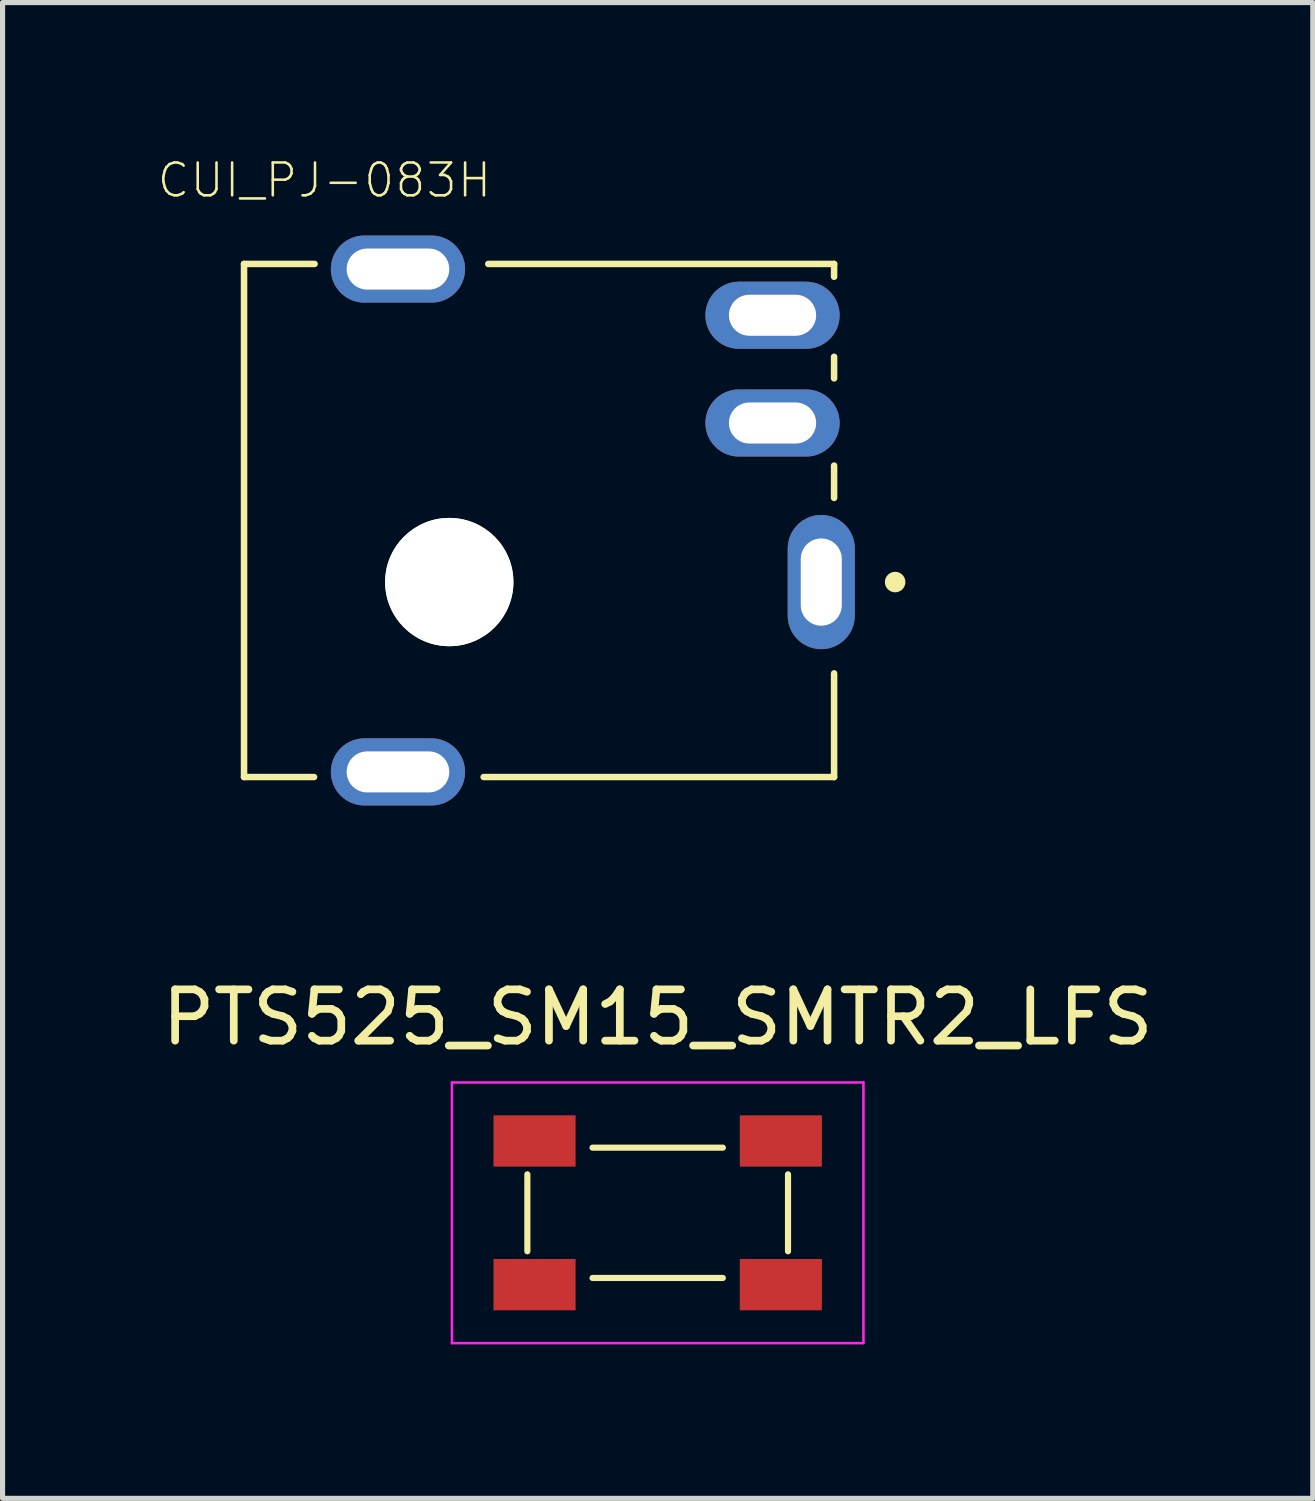
<source format=kicad_pcb>
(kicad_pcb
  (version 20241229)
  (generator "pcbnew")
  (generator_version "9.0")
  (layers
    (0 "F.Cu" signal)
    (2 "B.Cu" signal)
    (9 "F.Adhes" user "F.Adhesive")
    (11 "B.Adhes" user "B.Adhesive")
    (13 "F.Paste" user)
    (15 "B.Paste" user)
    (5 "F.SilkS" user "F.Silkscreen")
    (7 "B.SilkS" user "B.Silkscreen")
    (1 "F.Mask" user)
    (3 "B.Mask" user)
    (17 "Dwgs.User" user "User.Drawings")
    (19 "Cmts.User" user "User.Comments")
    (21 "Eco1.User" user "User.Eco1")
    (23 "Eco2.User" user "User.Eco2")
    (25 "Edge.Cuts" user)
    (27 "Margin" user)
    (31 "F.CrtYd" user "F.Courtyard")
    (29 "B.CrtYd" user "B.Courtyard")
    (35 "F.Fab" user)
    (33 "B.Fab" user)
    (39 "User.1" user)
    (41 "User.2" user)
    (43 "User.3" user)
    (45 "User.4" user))
  (footprint "CUI_PJ-083H"
    (layer "F.Cu")
    (at 1.706 8.294)
    (property "Reference" "CUI_PJ-083H" (at 1.566 -7.831 0) (layer "F.SilkS") (effects (font (size 0.64 0.64) (thickness 0.05))))
    (attr through_hole)
    (fp_line (start 0 -6.2) (end 1.375 -6.2) (stroke (width 0.127) (type solid)) (layer "F.SilkS"))
    (fp_line (start 0 3.8) (end 0 -6.2) (stroke (width 0.127) (type solid)) (layer "F.SilkS"))
    (fp_line (start 1.365 3.8) (end 0 3.8) (stroke (width 0.127) (type solid)) (layer "F.SilkS"))
    (fp_line (start 4.76 -6.2) (end 11.5 -6.2) (stroke (width 0.127) (type solid)) (layer "F.SilkS"))
    (fp_line (start 11.5 -6.2) (end 11.5 -5.95) (stroke (width 0.127) (type solid)) (layer "F.SilkS"))
    (fp_line (start 11.5 -4.39) (end 11.5 -3.97) (stroke (width 0.127) (type solid)) (layer "F.SilkS"))
    (fp_line (start 11.5 -2.27) (end 11.5 -1.64) (stroke (width 0.127) (type solid)) (layer "F.SilkS"))
    (fp_line (start 11.5 1.78) (end 11.5 3.8) (stroke (width 0.127) (type solid)) (layer "F.SilkS"))
    (fp_line (start 11.5 3.8) (end 4.67 3.8) (stroke (width 0.127) (type solid)) (layer "F.SilkS"))
    (fp_circle (center 12.69 0) (end 12.79 0) (stroke (width 0.2) (type solid)) (fill no) (layer "F.SilkS"))
    (fp_line (start -0.25 4.05) (end -0.25 -6.45) (stroke (width 0.05) (type solid)) (layer "Eco1.User"))
    (fp_line (start -0.25 4.05) (end 1.44 4.05) (stroke (width 0.05) (type solid)) (layer "Eco1.User"))
    (fp_line (start 1.44 -6.45) (end -0.25 -6.45) (stroke (width 0.05) (type solid)) (layer "Eco1.User"))
    (fp_line (start 1.44 -6.45) (end 1.44 -7.01) (stroke (width 0.05) (type solid)) (layer "Eco1.User"))
    (fp_line (start 1.44 4.05) (end 1.44 4.61) (stroke (width 0.05) (type solid)) (layer "Eco1.User"))
    (fp_line (start 1.44 4.61) (end 4.56 4.61) (stroke (width 0.05) (type solid)) (layer "Eco1.User"))
    (fp_line (start 4.56 -7.01) (end 1.44 -7.01) (stroke (width 0.05) (type solid)) (layer "Eco1.User"))
    (fp_line (start 4.56 -6.45) (end 4.56 -7.01) (stroke (width 0.05) (type solid)) (layer "Eco1.User"))
    (fp_line (start 4.56 4.05) (end 4.56 4.61) (stroke (width 0.05) (type solid)) (layer "Eco1.User"))
    (fp_line (start 4.56 4.05) (end 11.75 4.05) (stroke (width 0.05) (type solid)) (layer "Eco1.User"))
    (fp_line (start 11.75 4.05) (end 11.75 1.56) (stroke (width 0.05) (type solid)) (layer "Eco1.User"))
    (fp_line (start 11.86 -6.45) (end 4.56 -6.45) (stroke (width 0.05) (type solid)) (layer "Eco1.User"))
    (fp_line (start 11.86 -1.56) (end 11.86 -6.45) (stroke (width 0.05) (type solid)) (layer "Eco1.User"))
    (fp_line (start 12.16 -1.56) (end 11.86 -1.56) (stroke (width 0.05) (type solid)) (layer "Eco1.User"))
    (fp_line (start 12.16 1.56) (end 11.75 1.56) (stroke (width 0.05) (type solid)) (layer "Eco1.User"))
    (fp_line (start 12.16 1.56) (end 12.16 -1.56) (stroke (width 0.05) (type solid)) (layer "Eco1.User"))
    (fp_line (start 0 -6.2) (end 11.5 -6.2) (stroke (width 0.127) (type solid)) (layer "Eco2.User"))
    (fp_line (start 0 3.8) (end 0 -6.2) (stroke (width 0.127) (type solid)) (layer "Eco2.User"))
    (fp_line (start 0 3.8) (end 11.5 3.8) (stroke (width 0.127) (type solid)) (layer "Eco2.User"))
    (fp_line (start 11.5 3.8) (end 11.5 -6.2) (stroke (width 0.127) (type solid)) (layer "Eco2.User"))
    (fp_circle (center 12.69 0) (end 12.79 0) (stroke (width 0.2) (type solid)) (fill no) (layer "Eco2.User"))
    (pad "" np_thru_hole circle (at 4 0) (size 2.5 2.5) (drill 2.5) (layers "*.Cu" "*.Mask" "F.SilkS"))
    (pad "1" thru_hole oval (at 11.25 0 270) (size 2.616 1.308) (drill oval 1.7 0.8) (layers "*.Cu" "*.Mask"))
    (pad "2" thru_hole oval (at 10.3 -5.2) (size 2.616 1.308) (drill oval 1.7 0.8) (layers "*.Cu" "*.Mask"))
    (pad "3" thru_hole oval (at 10.3 -3.1) (size 2.616 1.308) (drill oval 1.7 0.8) (layers "*.Cu" "*.Mask"))
    (pad "S1" thru_hole oval (at 3 -6.1) (size 2.616 1.308) (drill oval 2 0.8) (layers "*.Cu" "*.Mask"))
    (pad "S2" thru_hole oval (at 3 3.7) (size 2.616 1.308) (drill oval 2 0.8) (layers "*.Cu" "*.Mask")))
  (footprint "PTS525_SM15_SMTR2_LFS"
    (layer "F.Cu")
    (at 9.768 20.587)
    (property "Reference" "PTS525_SM15_SMTR2_LFS" (at 0 -3.81 0) (layer "F.SilkS") (effects (font (size 1 1) (thickness 0.15))))
    (attr smd)
    (fp_line (start -2.54 -0.75) (end -2.54 0.75) (stroke (width 0.12) (type solid)) (layer "F.SilkS"))
    (fp_line (start -1.27 -1.27) (end 1.27 -1.27) (stroke (width 0.12) (type solid)) (layer "F.SilkS"))
    (fp_line (start -1.27 1.27) (end 1.27 1.27) (stroke (width 0.12) (type solid)) (layer "F.SilkS"))
    (fp_line (start 2.54 -0.75) (end 2.54 0.75) (stroke (width 0.12) (type solid)) (layer "F.SilkS"))
    (fp_line (start -4.01 -2.54) (end 4.01 -2.54) (stroke (width 0.05) (type solid)) (layer "F.CrtYd"))
    (fp_line (start -4.01 2.54) (end -4.01 -2.54) (stroke (width 0.05) (type solid)) (layer "F.CrtYd"))
    (fp_line (start 4.01 -2.54) (end 4.01 2.54) (stroke (width 0.05) (type solid)) (layer "F.CrtYd"))
    (fp_line (start 4.01 2.54) (end -4.01 2.54) (stroke (width 0.05) (type solid)) (layer "F.CrtYd"))
    (pad "1" smd rect (at -2.4 -1.4 90) (size 1 1.6) (layers "F.Cu" "F.Mask" "F.Paste"))
    (pad "2" smd rect (at 2.4 -1.4 90) (size 1 1.6) (layers "F.Cu" "F.Mask" "F.Paste"))
    (pad "3" smd rect (at -2.4 1.4 90) (size 1 1.6) (layers "F.Cu" "F.Mask" "F.Paste"))
    (pad "4" smd rect (at 2.4 1.4 90) (size 1 1.6) (layers "F.Cu" "F.Mask" "F.Paste")))
  (gr_rect
    (start -3 -3)
    (end 22.536 26.152)
    (stroke (width 0.1) (type default))
    (fill no)
    (layer "Edge.Cuts")))
</source>
